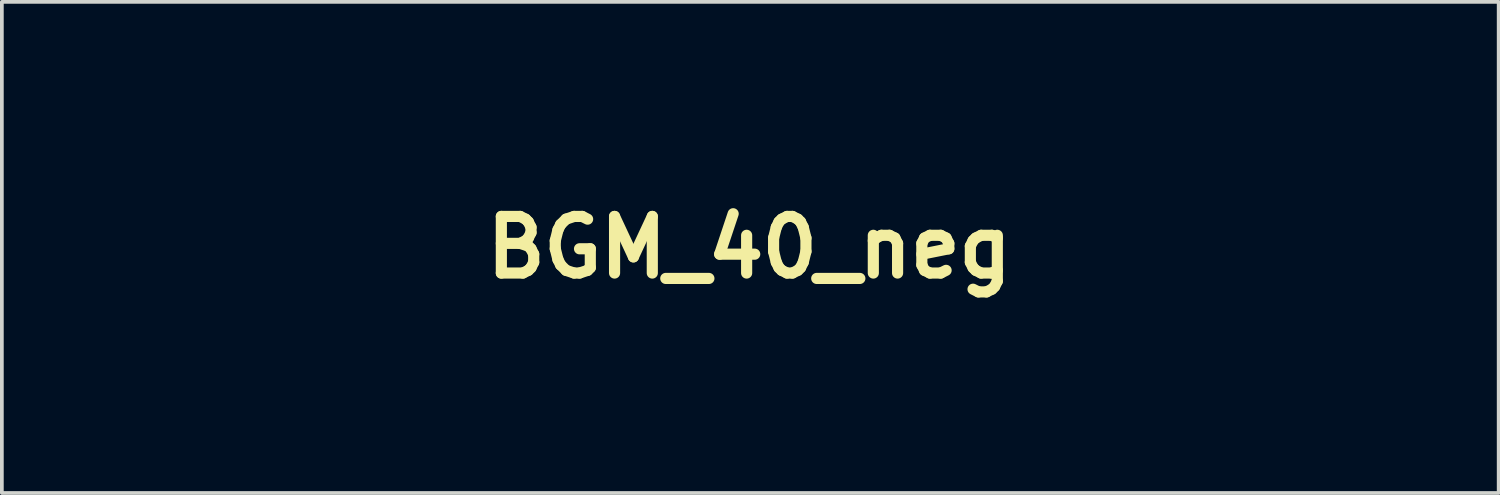
<source format=kicad_pcb>
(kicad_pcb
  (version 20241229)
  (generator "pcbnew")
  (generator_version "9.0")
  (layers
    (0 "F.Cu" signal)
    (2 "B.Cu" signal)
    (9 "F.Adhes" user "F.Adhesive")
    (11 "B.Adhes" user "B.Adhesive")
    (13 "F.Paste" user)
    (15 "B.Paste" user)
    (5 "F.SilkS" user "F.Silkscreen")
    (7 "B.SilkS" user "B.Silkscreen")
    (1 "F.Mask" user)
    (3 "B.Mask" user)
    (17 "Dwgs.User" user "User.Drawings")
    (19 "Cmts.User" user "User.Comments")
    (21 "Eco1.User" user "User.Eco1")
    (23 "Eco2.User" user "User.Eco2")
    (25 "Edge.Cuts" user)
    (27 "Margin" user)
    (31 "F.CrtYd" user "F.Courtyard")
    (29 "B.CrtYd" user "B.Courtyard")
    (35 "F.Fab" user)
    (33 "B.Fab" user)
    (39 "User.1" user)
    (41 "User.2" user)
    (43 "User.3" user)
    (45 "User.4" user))
  (footprint "BGM_40_neg"
    (layer "F.Cu")
    (at 17.125 3.612)
    (property "Reference" "BGM_40_neg" (at 0 0 0) (layer "F.SilkS") (effects (font (size 1.524 1.524) (thickness 0.3))))
    (attr through_hole)
    (fp_poly (pts (xy -12.536 -1.116) (xy -12.395 -1.106) (xy -12.306 -1.083) (xy -12.245 -1.04) (xy -12.195 -0.983) (xy -12.12 -0.826) (xy -12.146 -0.674) (xy -12.253 -0.546) (xy -12.332 -0.499) (xy -12.452 -0.471) (xy -12.635 -0.459) (xy -12.782 -0.457) (xy -13.208 -0.457) (xy -13.208 -1.118) (xy -12.754 -1.118) (xy -12.536 -1.116)) (stroke (width 0.01) (type solid)) (fill no) (layer "Eco1.User"))
    (fp_poly (pts (xy -12.48 0.01) (xy -12.274 0.044) (xy -12.142 0.11) (xy -12.069 0.216) (xy -12.042 0.369) (xy -12.04 0.416) (xy -12.056 0.557) (xy -12.114 0.655) (xy -12.229 0.718) (xy -12.414 0.751) (xy -12.683 0.762) (xy -12.737 0.762) (xy -13.208 0.762) (xy -13.208 0) (xy -12.773 0) (xy -12.48 0.01)) (stroke (width 0.01) (type solid)) (fill no) (layer "Eco1.User"))
    (fp_poly (pts (xy 17.17 3.607) (xy -17.12 3.607) (xy -17.12 1.229) (xy -13.767 1.229) (xy -12.89 1.21) (xy -12.549 1.201) (xy -12.294 1.189) (xy -12.109 1.172) (xy -11.977 1.15) (xy -11.884 1.12) (xy -11.854 1.105) (xy -11.665 0.952) (xy -11.541 0.749) (xy -11.483 0.517) (xy -11.492 0.279) (xy -11.569 0.06) (xy -11.715 -0.119) (xy -11.793 -0.174) (xy -11.939 -0.261) (xy -11.92 -0.279) (xy -11.063 -0.279) (xy -11.044 0.129) (xy -10.946 0.485) (xy -10.771 0.781) (xy -10.523 1.012) (xy -10.205 1.172) (xy -10.202 1.173) (xy -9.9 1.25) (xy -9.605 1.26) (xy -9.275 1.206) (xy -9.222 1.192) (xy -9.02 1.129) (xy -8.824 1.052) (xy -8.729 1.005) (xy -8.534 0.896) (xy -8.534 -0.305) (xy -9.703 -0.305) (xy -9.703 0.152) (xy -9.042 0.152) (xy -9.042 0.328) (xy -9.089 0.51) (xy -9.217 0.657) (xy -9.409 0.759) (xy -9.65 0.805) (xy -9.83 0.8) (xy -10.084 0.735) (xy -10.274 0.601) (xy -10.406 0.391) (xy -10.482 0.102) (xy -10.503 -0.126) (xy -10.509 -0.348) (xy -10.498 -0.506) (xy -10.463 -0.635) (xy -10.405 -0.762) (xy -10.24 -0.982) (xy -10.019 -1.118) (xy -9.746 -1.168) (xy -9.728 -1.168) (xy -9.511 -1.131) (xy -9.313 -1.034) (xy -9.167 -0.895) (xy -9.134 -0.838) (xy -9.061 -0.744) (xy -8.996 -0.733) (xy -8.893 -0.757) (xy -8.748 -0.786) (xy -8.728 -0.79) (xy -8.608 -0.817) (xy -8.567 -0.857) (xy -8.583 -0.935) (xy -8.59 -0.951) (xy -8.729 -1.216) (xy -8.923 -1.407) (xy -9.181 -1.53) (xy -9.428 -1.575) (xy -8.026 -1.575) (xy -8.026 1.219) (xy -7.518 1.219) (xy -7.518 0.795) (xy -7.516 0.606) (xy -7.51 0.373) (xy -7.501 0.117) (xy -7.49 -0.143) (xy -7.477 -0.388) (xy -7.465 -0.599) (xy -7.453 -0.757) (xy -7.443 -0.842) (xy -7.439 -0.852) (xy -7.424 -0.8) (xy -7.389 -0.665) (xy -7.339 -0.46) (xy -7.276 -0.201) (xy -7.205 0.098) (xy -7.184 0.191) (xy -6.941 1.219) (xy -6.42 1.219) (xy -6.169 0.165) (xy -5.918 -0.889) (xy -5.887 -0.508) (xy -5.874 -0.304) (xy -5.862 -0.035) (xy -5.853 0.265) (xy -5.849 0.546) (xy -5.842 1.219) (xy -5.334 1.219) (xy -5.334 0.441) (xy -3.858 0.441) (xy -3.833 0.565) (xy -3.756 0.744) (xy -3.594 0.966) (xy -3.36 1.136) (xy -3.131 1.225) (xy -2.929 1.252) (xy -2.679 1.25) (xy -2.423 1.224) (xy -2.204 1.176) (xy -2.116 1.143) (xy -1.891 0.985) (xy -1.744 0.764) (xy -1.679 0.486) (xy -1.676 0.402) (xy -1.694 0.174) (xy -1.756 -0.01) (xy -1.872 -0.161) (xy -2.055 -0.29) (xy -2.315 -0.405) (xy -2.664 -0.519) (xy -2.69 -0.527) (xy -2.953 -0.614) (xy -3.125 -0.702) (xy -3.219 -0.798) (xy -3.243 -0.91) (xy -3.24 -0.938) (xy -3.178 -1.049) (xy -3.047 -1.126) (xy -2.875 -1.165) (xy -2.689 -1.163) (xy -2.519 -1.116) (xy -2.411 -1.044) (xy -2.326 -0.937) (xy -2.286 -0.846) (xy -2.286 -0.841) (xy -2.263 -0.794) (xy -2.18 -0.769) (xy -2.018 -0.762) (xy -2.007 -0.762) (xy -1.831 -0.771) (xy -1.743 -0.809) (xy -1.731 -0.895) (xy -1.782 -1.048) (xy -1.796 -1.084) (xy -1.944 -1.309) (xy -2.165 -1.478) (xy -2.33 -1.539) (xy -1.422 -1.539) (xy -1.406 -1.484) (xy -1.362 -1.349) (xy -1.294 -1.148) (xy -1.208 -0.897) (xy -1.109 -0.611) (xy -1.004 -0.305) (xy -0.895 0.005) (xy -0.79 0.305) (xy -0.694 0.58) (xy -0.611 0.813) (xy -0.547 0.99) (xy -0.514 1.079) (xy -0.472 1.162) (xy -0.41 1.203) (xy -0.297 1.218) (xy -0.192 1.219) (xy 0.076 1.219) (xy 0.372 0.368) (xy 0.486 0.04) (xy 0.528 -0.079) (xy 2.339 -0.079) (xy 2.392 0.268) (xy 2.5 0.571) (xy 2.522 0.614) (xy 2.685 0.832) (xy 2.902 1.025) (xy 3.142 1.17) (xy 3.346 1.237) (xy 3.57 1.253) (xy 3.846 1.239) (xy 4.127 1.2) (xy 4.371 1.14) (xy 4.415 1.124) (xy 4.602 1.049) (xy 4.73 0.978) (xy 4.81 0.891) (xy 4.854 0.766) (xy 4.873 0.584) (xy 4.877 0.324) (xy 4.877 0.272) (xy 4.877 -0.209) (xy 5.315 -0.209) (xy 5.318 0.026) (xy 5.335 0.197) (xy 5.375 0.343) (xy 5.443 0.5) (xy 5.454 0.524) (xy 5.65 0.818) (xy 5.906 1.036) (xy 6.208 1.171) (xy 6.544 1.218) (xy 6.902 1.171) (xy 6.923 1.165) (xy 7.084 1.096) (xy 7.252 0.989) (xy 7.294 0.955) (xy 7.417 0.824) (xy 7.534 0.663) (xy 7.625 0.503) (xy 7.669 0.378) (xy 7.671 0.359) (xy 7.626 0.317) (xy 7.513 0.265) (xy 7.431 0.238) (xy 7.19 0.168) (xy 7.107 0.355) (xy 6.967 0.578) (xy 6.788 0.71) (xy 6.563 0.753) (xy 6.489 0.749) (xy 6.251 0.693) (xy 6.075 0.573) (xy 5.956 0.381) (xy 5.889 0.111) (xy 5.871 -0.203) (xy 5.894 -0.551) (xy 5.967 -0.814) (xy 6.094 -0.999) (xy 6.278 -1.112) (xy 6.467 -1.155) (xy 6.719 -1.141) (xy 6.929 -1.047) (xy 7.079 -0.878) (xy 7.088 -0.86) (xy 7.174 -0.747) (xy 7.254 -0.73) (xy 7.364 -0.757) (xy 7.508 -0.788) (xy 7.508 -0.788) (xy 7.619 -0.821) (xy 7.653 -0.873) (xy 7.642 -0.932) (xy 7.567 -1.084) (xy 7.445 -1.254) (xy 7.308 -1.399) (xy 7.243 -1.45) (xy 7.026 -1.546) (xy 6.883 -1.575) (xy 9.246 -1.575) (xy 9.246 1.219) (xy 9.754 1.219) (xy 9.754 0) (xy 10.871 0) (xy 10.871 1.219) (xy 11.43 1.219) (xy 11.43 -1.575) (xy 11.989 -1.575) (xy 11.989 1.219) (xy 12.497 1.219) (xy 12.497 0.795) (xy 12.499 0.606) (xy 12.505 0.373) (xy 12.514 0.117) (xy 12.525 -0.143) (xy 12.538 -0.388) (xy 12.55 -0.599) (xy 12.562 -0.757) (xy 12.572 -0.842) (xy 12.576 -0.852) (xy 12.591 -0.8) (xy 12.626 -0.665) (xy 12.676 -0.46) (xy 12.739 -0.201) (xy 12.81 0.098) (xy 12.832 0.191) (xy 13.074 1.219) (xy 13.595 1.219) (xy 13.846 0.165) (xy 14.097 -0.889) (xy 14.128 -0.508) (xy 14.141 -0.304) (xy 14.153 -0.035) (xy 14.162 0.265) (xy 14.167 0.546) (xy 14.173 1.219) (xy 14.681 1.219) (xy 14.681 -1.575) (xy 13.841 -1.575) (xy 13.618 -0.699) (xy 13.544 -0.411) (xy 13.477 -0.155) (xy 13.42 0.051) (xy 13.379 0.191) (xy 13.361 0.246) (xy 13.34 0.217) (xy 13.299 0.107) (xy 13.242 -0.065) (xy 13.176 -0.281) (xy 13.104 -0.523) (xy 13.033 -0.774) (xy 12.967 -1.015) (xy 12.911 -1.229) (xy 12.872 -1.398) (xy 12.853 -1.503) (xy 12.852 -1.516) (xy 12.806 -1.549) (xy 12.665 -1.568) (xy 12.427 -1.575) (xy 12.421 -1.575) (xy 11.989 -1.575) (xy 11.43 -1.575) (xy 10.871 -1.575) (xy 10.871 -0.457) (xy 9.754 -0.457) (xy 9.754 -1.575) (xy 9.246 -1.575) (xy 6.883 -1.575) (xy 6.754 -1.601) (xy 6.467 -1.607) (xy 6.283 -1.581) (xy 5.953 -1.464) (xy 5.691 -1.272) (xy 5.491 -1.001) (xy 5.458 -0.939) (xy 5.385 -0.774) (xy 5.342 -0.622) (xy 5.321 -0.446) (xy 5.315 -0.209) (xy 4.877 -0.209) (xy 4.877 -0.305) (xy 3.708 -0.305) (xy 3.708 0.152) (xy 4.318 0.152) (xy 4.318 0.376) (xy 4.312 0.515) (xy 4.276 0.598) (xy 4.186 0.663) (xy 4.099 0.707) (xy 3.814 0.799) (xy 3.544 0.801) (xy 3.302 0.717) (xy 3.105 0.55) (xy 3.01 0.405) (xy 2.943 0.243) (xy 2.907 0.064) (xy 2.896 -0.17) (xy 2.896 -0.201) (xy 2.924 -0.546) (xy 3.013 -0.81) (xy 3.163 -0.997) (xy 3.379 -1.113) (xy 3.595 -1.156) (xy 3.864 -1.143) (xy 4.079 -1.051) (xy 4.231 -0.883) (xy 4.244 -0.86) (xy 4.329 -0.747) (xy 4.41 -0.73) (xy 4.52 -0.757) (xy 4.661 -0.788) (xy 4.771 -0.82) (xy 4.816 -0.873) (xy 4.796 -0.966) (xy 4.715 -1.121) (xy 4.704 -1.139) (xy 4.516 -1.362) (xy 4.254 -1.516) (xy 3.919 -1.6) (xy 3.848 -1.608) (xy 3.464 -1.601) (xy 3.119 -1.51) (xy 2.824 -1.342) (xy 2.589 -1.102) (xy 2.426 -0.797) (xy 2.411 -0.755) (xy 2.345 -0.433) (xy 2.339 -0.079) (xy 0.528 -0.079) (xy 0.606 -0.304) (xy 0.721 -0.631) (xy 0.82 -0.911) (xy 0.862 -1.029) (xy 1.056 -1.575) (xy 0.475 -1.575) (xy 0.216 -0.749) (xy 0.127 -0.461) (xy 0.048 -0.193) (xy -0.017 0.035) (xy -0.06 0.2) (xy -0.074 0.267) (xy -0.103 0.389) (xy -0.136 0.454) (xy -0.143 0.457) (xy -0.169 0.411) (xy -0.221 0.283) (xy -0.295 0.086) (xy -0.383 -0.165) (xy -0.482 -0.455) (xy -0.513 -0.546) (xy -0.845 -1.549) (xy -1.134 -1.565) (xy -1.289 -1.566) (xy -1.394 -1.555) (xy -1.422 -1.539) (xy -2.33 -1.539) (xy -2.447 -1.583) (xy -2.776 -1.617) (xy -2.908 -1.611) (xy -3.215 -1.544) (xy -3.462 -1.413) (xy -3.64 -1.23) (xy -3.741 -1.006) (xy -3.758 -0.754) (xy -3.681 -0.485) (xy -3.676 -0.476) (xy -3.573 -0.329) (xy -3.403 -0.197) (xy -3.155 -0.075) (xy -2.82 0.045) (xy -2.732 0.072) (xy -2.475 0.16) (xy -2.308 0.245) (xy -2.217 0.338) (xy -2.193 0.45) (xy -2.206 0.537) (xy -2.287 0.667) (xy -2.436 0.758) (xy -2.626 0.806) (xy -2.831 0.807) (xy -3.024 0.757) (xy -3.14 0.686) (xy -3.249 0.567) (xy -3.32 0.442) (xy -3.324 0.427) (xy -3.366 0.332) (xy -3.441 0.318) (xy -3.469 0.324) (xy -3.609 0.348) (xy -3.721 0.355) (xy -3.821 0.375) (xy -3.858 0.441) (xy -5.334 0.441) (xy -5.334 -1.575) (xy -6.174 -1.575) (xy -6.397 -0.699) (xy -6.471 -0.411) (xy -6.539 -0.155) (xy -6.595 0.051) (xy -6.636 0.191) (xy -6.655 0.246) (xy -6.675 0.217) (xy -6.716 0.107) (xy -6.773 -0.065) (xy -6.84 -0.281) (xy -6.911 -0.523) (xy -6.983 -0.774) (xy -7.049 -1.015) (xy -7.104 -1.229) (xy -7.143 -1.398) (xy -7.162 -1.503) (xy -7.163 -1.516) (xy -7.209 -1.549) (xy -7.35 -1.568) (xy -7.588 -1.575) (xy -7.595 -1.575) (xy -8.026 -1.575) (xy -9.428 -1.575) (xy -9.511 -1.59) (xy -9.703 -1.598) (xy -10.021 -1.583) (xy -10.271 -1.527) (xy -10.481 -1.42) (xy -10.674 -1.257) (xy -10.863 -1.022) (xy -10.986 -0.756) (xy -11.051 -0.432) (xy -11.063 -0.279) (xy -11.92 -0.279) (xy -11.79 -0.409) (xy -11.644 -0.619) (xy -11.591 -0.85) (xy -11.633 -1.084) (xy -11.768 -1.302) (xy -11.78 -1.314) (xy -11.886 -1.408) (xy -12.016 -1.477) (xy -12.186 -1.525) (xy -12.411 -1.555) (xy -12.708 -1.571) (xy -13.043 -1.575) (xy -13.767 -1.575) (xy -13.767 1.229) (xy -17.12 1.229) (xy -17.12 -3.607) (xy 17.17 -3.607) (xy 17.17 3.607)) (stroke (width 0.01) (type solid)) (fill no) (layer "Eco1.User")))
  (gr_rect
    (start -3 -3)
    (end 37.3 10.224)
    (stroke (width 0.1) (type default))
    (fill no)
    (layer "Edge.Cuts")))
</source>
